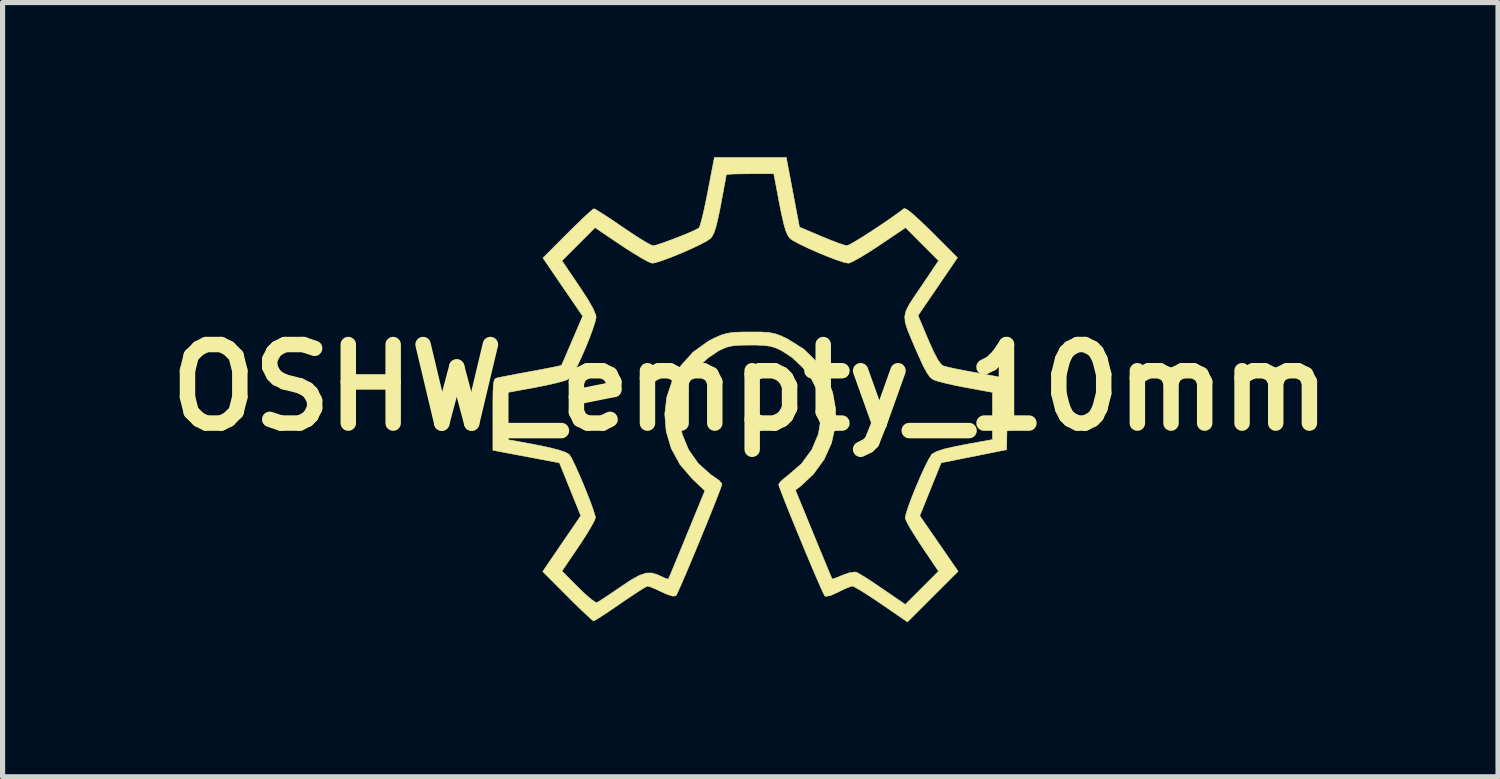
<source format=kicad_pcb>
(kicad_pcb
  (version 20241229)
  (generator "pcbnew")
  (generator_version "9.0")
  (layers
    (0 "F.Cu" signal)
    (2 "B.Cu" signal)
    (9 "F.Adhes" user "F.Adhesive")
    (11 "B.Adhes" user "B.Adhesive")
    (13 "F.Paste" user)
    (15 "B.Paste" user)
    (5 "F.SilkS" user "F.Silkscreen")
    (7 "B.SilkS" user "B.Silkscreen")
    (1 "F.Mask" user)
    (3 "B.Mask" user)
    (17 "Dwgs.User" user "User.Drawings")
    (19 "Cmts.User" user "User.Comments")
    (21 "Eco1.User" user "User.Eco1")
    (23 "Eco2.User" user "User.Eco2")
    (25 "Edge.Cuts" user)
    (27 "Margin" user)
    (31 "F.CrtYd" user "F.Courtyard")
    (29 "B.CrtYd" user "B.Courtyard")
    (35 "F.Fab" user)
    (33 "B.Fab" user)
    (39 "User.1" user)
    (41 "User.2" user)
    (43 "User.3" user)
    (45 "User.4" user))
  (footprint "OSHW_empty_10mm"
    (layer "F.Cu")
    (at 11.51 4.471)
    (property "Reference" "OSHW_empty_10mm" (at 0 0 0) (layer "F.SilkS") (effects (font (size 1.524 1.524) (thickness 0.3))))
    (attr through_hole)
    (fp_poly (pts (xy 0.954 -3.114) (xy 1.377 -2.935) (xy 1.557 -2.861) (xy 1.714 -2.801) (xy 1.829 -2.763) (xy 1.875 -2.753) (xy 1.93 -2.776) (xy 2.039 -2.838) (xy 2.188 -2.929) (xy 2.363 -3.042) (xy 2.549 -3.165) (xy 2.731 -3.29) (xy 2.895 -3.407) (xy 2.987 -3.476) (xy 3.033 -3.46) (xy 3.13 -3.387) (xy 3.271 -3.261) (xy 3.45 -3.089) (xy 3.526 -3.015) (xy 4.02 -2.519) (xy 3.637 -1.958) (xy 3.255 -1.398) (xy 3.453 -0.928) (xy 3.558 -0.693) (xy 3.643 -0.533) (xy 3.711 -0.443) (xy 3.741 -0.423) (xy 3.817 -0.401) (xy 3.956 -0.37) (xy 4.139 -0.333) (xy 4.339 -0.296) (xy 4.543 -0.259) (xy 4.721 -0.226) (xy 4.854 -0.2) (xy 4.922 -0.185) (xy 4.95 -0.17) (xy 4.97 -0.137) (xy 4.982 -0.073) (xy 4.989 0.035) (xy 4.99 0.199) (xy 4.987 0.431) (xy 4.986 0.522) (xy 4.974 1.206) (xy 3.704 1.46) (xy 3.289 2.488) (xy 3.661 3.027) (xy 4.033 3.566) (xy 3.05 4.548) (xy 2.543 4.2) (xy 2.359 4.076) (xy 2.197 3.972) (xy 2.071 3.896) (xy 1.995 3.856) (xy 1.982 3.852) (xy 1.917 3.871) (xy 1.805 3.919) (xy 1.706 3.968) (xy 1.557 4.036) (xy 1.466 4.052) (xy 1.445 4.042) (xy 1.419 3.993) (xy 1.366 3.877) (xy 1.292 3.708) (xy 1.202 3.499) (xy 1.103 3.263) (xy 0.998 3.011) (xy 0.893 2.756) (xy 0.793 2.512) (xy 0.704 2.291) (xy 0.631 2.105) (xy 0.578 1.967) (xy 0.552 1.891) (xy 0.55 1.881) (xy 0.583 1.83) (xy 0.664 1.756) (xy 0.723 1.712) (xy 0.993 1.478) (xy 1.194 1.205) (xy 1.322 0.901) (xy 1.375 0.577) (xy 1.348 0.243) (xy 1.297 0.054) (xy 1.186 -0.169) (xy 1.017 -0.39) (xy 0.811 -0.584) (xy 0.618 -0.711) (xy 0.504 -0.766) (xy 0.397 -0.8) (xy 0.273 -0.818) (xy 0.103 -0.825) (xy 0 -0.825) (xy -0.201 -0.822) (xy -0.343 -0.81) (xy -0.455 -0.785) (xy -0.562 -0.74) (xy -0.616 -0.713) (xy -0.828 -0.57) (xy -1.029 -0.379) (xy -1.195 -0.167) (xy -1.273 -0.025) (xy -1.363 0.28) (xy -1.378 0.596) (xy -1.321 0.909) (xy -1.198 1.205) (xy -1.012 1.47) (xy -0.769 1.689) (xy -0.697 1.737) (xy -0.604 1.804) (xy -0.554 1.862) (xy -0.55 1.874) (xy -0.566 1.927) (xy -0.61 2.045) (xy -0.676 2.215) (xy -0.76 2.426) (xy -0.856 2.664) (xy -0.96 2.916) (xy -1.065 3.171) (xy -1.167 3.415) (xy -1.26 3.635) (xy -1.34 3.82) (xy -1.401 3.956) (xy -1.437 4.031) (xy -1.444 4.041) (xy -1.505 4.047) (xy -1.625 4.008) (xy -1.716 3.967) (xy -1.846 3.906) (xy -1.947 3.865) (xy -1.991 3.852) (xy -2.039 3.875) (xy -2.143 3.938) (xy -2.288 4.033) (xy -2.461 4.149) (xy -2.521 4.191) (xy -2.7 4.313) (xy -2.853 4.416) (xy -2.969 4.49) (xy -3.033 4.527) (xy -3.04 4.53) (xy -3.079 4.501) (xy -3.166 4.422) (xy -3.291 4.304) (xy -3.444 4.155) (xy -3.549 4.05) (xy -4.028 3.569) (xy -3.659 3.028) (xy -3.289 2.487) (xy -3.497 1.974) (xy -3.704 1.461) (xy -4.995 1.217) (xy -4.995 0.525) (xy -4.995 0.268) (xy -4.993 0.093) (xy -4.699 0.093) (xy -4.699 1.012) (xy -4.54 1.04) (xy -4.189 1.105) (xy -3.916 1.161) (xy -3.716 1.212) (xy -3.584 1.257) (xy -3.514 1.298) (xy -3.512 1.3) (xy -3.469 1.368) (xy -3.406 1.496) (xy -3.329 1.667) (xy -3.246 1.86) (xy -3.165 2.059) (xy -3.093 2.245) (xy -3.039 2.398) (xy -3.009 2.502) (xy -3.005 2.526) (xy -3.028 2.588) (xy -3.091 2.704) (xy -3.184 2.859) (xy -3.3 3.037) (xy -3.33 3.082) (xy -3.655 3.561) (xy -3.341 3.877) (xy -3.208 4.005) (xy -3.092 4.105) (xy -3.01 4.163) (xy -2.979 4.173) (xy -2.926 4.143) (xy -2.82 4.074) (xy -2.676 3.978) (xy -2.524 3.874) (xy -2.314 3.734) (xy -2.152 3.644) (xy -2.023 3.6) (xy -1.911 3.598) (xy -1.799 3.632) (xy -1.742 3.659) (xy -1.648 3.702) (xy -1.594 3.719) (xy -1.591 3.718) (xy -1.572 3.676) (xy -1.526 3.568) (xy -1.458 3.404) (xy -1.372 3.197) (xy -1.273 2.957) (xy -1.231 2.853) (xy -0.881 2.002) (xy -1.122 1.774) (xy -1.365 1.492) (xy -1.534 1.181) (xy -1.632 0.852) (xy -1.66 0.516) (xy -1.62 0.184) (xy -1.514 -0.135) (xy -1.344 -0.428) (xy -1.111 -0.687) (xy -0.816 -0.899) (xy -0.687 -0.966) (xy -0.565 -1.019) (xy -0.454 -1.052) (xy -0.328 -1.071) (xy -0.162 -1.078) (xy 0.001 -1.079) (xy 0.207 -1.078) (xy 0.355 -1.069) (xy 0.47 -1.048) (xy 0.578 -1.011) (xy 0.707 -0.951) (xy 0.725 -0.942) (xy 1.037 -0.746) (xy 1.287 -0.501) (xy 1.474 -0.219) (xy 1.597 0.091) (xy 1.656 0.418) (xy 1.649 0.751) (xy 1.575 1.08) (xy 1.433 1.394) (xy 1.223 1.683) (xy 0.991 1.9) (xy 0.876 1.991) (xy 1.228 2.847) (xy 1.331 3.098) (xy 1.423 3.32) (xy 1.499 3.504) (xy 1.554 3.636) (xy 1.584 3.707) (xy 1.588 3.715) (xy 1.627 3.706) (xy 1.719 3.671) (xy 1.789 3.641) (xy 1.923 3.594) (xy 2.031 3.579) (xy 2.06 3.584) (xy 2.124 3.618) (xy 2.241 3.69) (xy 2.394 3.79) (xy 2.567 3.907) (xy 2.573 3.911) (xy 3.008 4.209) (xy 3.33 3.887) (xy 3.653 3.564) (xy 3.329 3.084) (xy 3.21 2.902) (xy 3.111 2.741) (xy 3.04 2.615) (xy 3.007 2.539) (xy 3.005 2.53) (xy 3.023 2.446) (xy 3.069 2.305) (xy 3.135 2.126) (xy 3.216 1.927) (xy 3.301 1.727) (xy 3.384 1.545) (xy 3.458 1.399) (xy 3.513 1.307) (xy 3.527 1.291) (xy 3.61 1.243) (xy 3.756 1.194) (xy 3.973 1.144) (xy 4.16 1.107) (xy 4.699 1.009) (xy 4.699 0.093) (xy 4.18 -0.002) (xy 3.97 -0.043) (xy 3.781 -0.086) (xy 3.635 -0.124) (xy 3.551 -0.153) (xy 3.492 -0.198) (xy 3.429 -0.285) (xy 3.354 -0.424) (xy 3.261 -0.628) (xy 3.226 -0.707) (xy 3.122 -0.949) (xy 3.048 -1.13) (xy 3.006 -1.268) (xy 2.997 -1.382) (xy 3.022 -1.489) (xy 3.082 -1.609) (xy 3.179 -1.759) (xy 3.306 -1.945) (xy 3.654 -2.462) (xy 3.333 -2.783) (xy 3.013 -3.104) (xy 2.5 -2.758) (xy 2.312 -2.635) (xy 2.142 -2.531) (xy 2.006 -2.456) (xy 1.919 -2.416) (xy 1.902 -2.413) (xy 1.815 -2.431) (xy 1.672 -2.478) (xy 1.494 -2.546) (xy 1.3 -2.626) (xy 1.11 -2.711) (xy 0.944 -2.791) (xy 0.822 -2.858) (xy 0.772 -2.894) (xy 0.728 -2.953) (xy 0.688 -3.044) (xy 0.648 -3.183) (xy 0.603 -3.381) (xy 0.566 -3.568) (xy 0.456 -4.149) (xy -0.005 -4.149) (xy -0.191 -4.147) (xy -0.341 -4.144) (xy -0.438 -4.138) (xy -0.466 -4.133) (xy -0.473 -4.088) (xy -0.493 -3.976) (xy -0.524 -3.811) (xy -0.561 -3.611) (xy -0.572 -3.551) (xy -0.622 -3.303) (xy -0.665 -3.124) (xy -0.705 -3.003) (xy -0.747 -2.924) (xy -0.774 -2.893) (xy -0.85 -2.841) (xy -0.985 -2.77) (xy -1.159 -2.688) (xy -1.352 -2.604) (xy -1.544 -2.526) (xy -1.715 -2.463) (xy -1.845 -2.423) (xy -1.902 -2.413) (xy -1.966 -2.436) (xy -2.085 -2.499) (xy -2.243 -2.593) (xy -2.426 -2.709) (xy -2.5 -2.758) (xy -3.013 -3.104) (xy -3.655 -2.461) (xy -3.324 -1.973) (xy -3.16 -1.723) (xy -3.051 -1.533) (xy -2.998 -1.405) (xy -2.992 -1.367) (xy -3.009 -1.285) (xy -3.054 -1.144) (xy -3.12 -0.963) (xy -3.202 -0.761) (xy -3.216 -0.728) (xy -3.319 -0.498) (xy -3.4 -0.335) (xy -3.467 -0.229) (xy -3.526 -0.168) (xy -3.551 -0.153) (xy -3.635 -0.124) (xy -3.782 -0.086) (xy -3.971 -0.043) (xy -4.18 -0.002) (xy -4.699 0.093) (xy -4.993 0.093) (xy -4.993 0.084) (xy -4.987 -0.04) (xy -4.976 -0.118) (xy -4.959 -0.16) (xy -4.933 -0.181) (xy -4.9 -0.19) (xy -4.824 -0.206) (xy -4.684 -0.233) (xy -4.497 -0.269) (xy -4.284 -0.308) (xy -4.239 -0.316) (xy -4.031 -0.355) (xy -3.857 -0.389) (xy -3.731 -0.415) (xy -3.668 -0.43) (xy -3.664 -0.432) (xy -3.645 -0.474) (xy -3.6 -0.577) (xy -3.535 -0.728) (xy -3.457 -0.91) (xy -3.454 -0.916) (xy -3.253 -1.387) (xy -3.639 -1.951) (xy -4.024 -2.515) (xy -3.547 -2.993) (xy -3.383 -3.155) (xy -3.239 -3.294) (xy -3.125 -3.399) (xy -3.053 -3.46) (xy -3.034 -3.471) (xy -2.988 -3.448) (xy -2.886 -3.385) (xy -2.74 -3.291) (xy -2.565 -3.173) (xy -2.475 -3.111) (xy -2.288 -2.985) (xy -2.121 -2.878) (xy -1.989 -2.799) (xy -1.905 -2.757) (xy -1.887 -2.752) (xy -1.819 -2.767) (xy -1.696 -2.808) (xy -1.538 -2.865) (xy -1.368 -2.931) (xy -1.207 -2.996) (xy -1.078 -3.053) (xy -1.002 -3.093) (xy -0.995 -3.098) (xy -0.973 -3.151) (xy -0.939 -3.271) (xy -0.898 -3.446) (xy -0.853 -3.658) (xy -0.825 -3.801) (xy -0.697 -4.466) (xy 0.698 -4.466) (xy 0.954 -3.114)) (stroke (width 0.01) (type solid)) (fill yes) (layer "F.SilkS")))
  (gr_rect
    (start -3 -3)
    (end 26.02 12.024)
    (stroke (width 0.1) (type default))
    (fill no)
    (layer "Edge.Cuts")))
</source>
